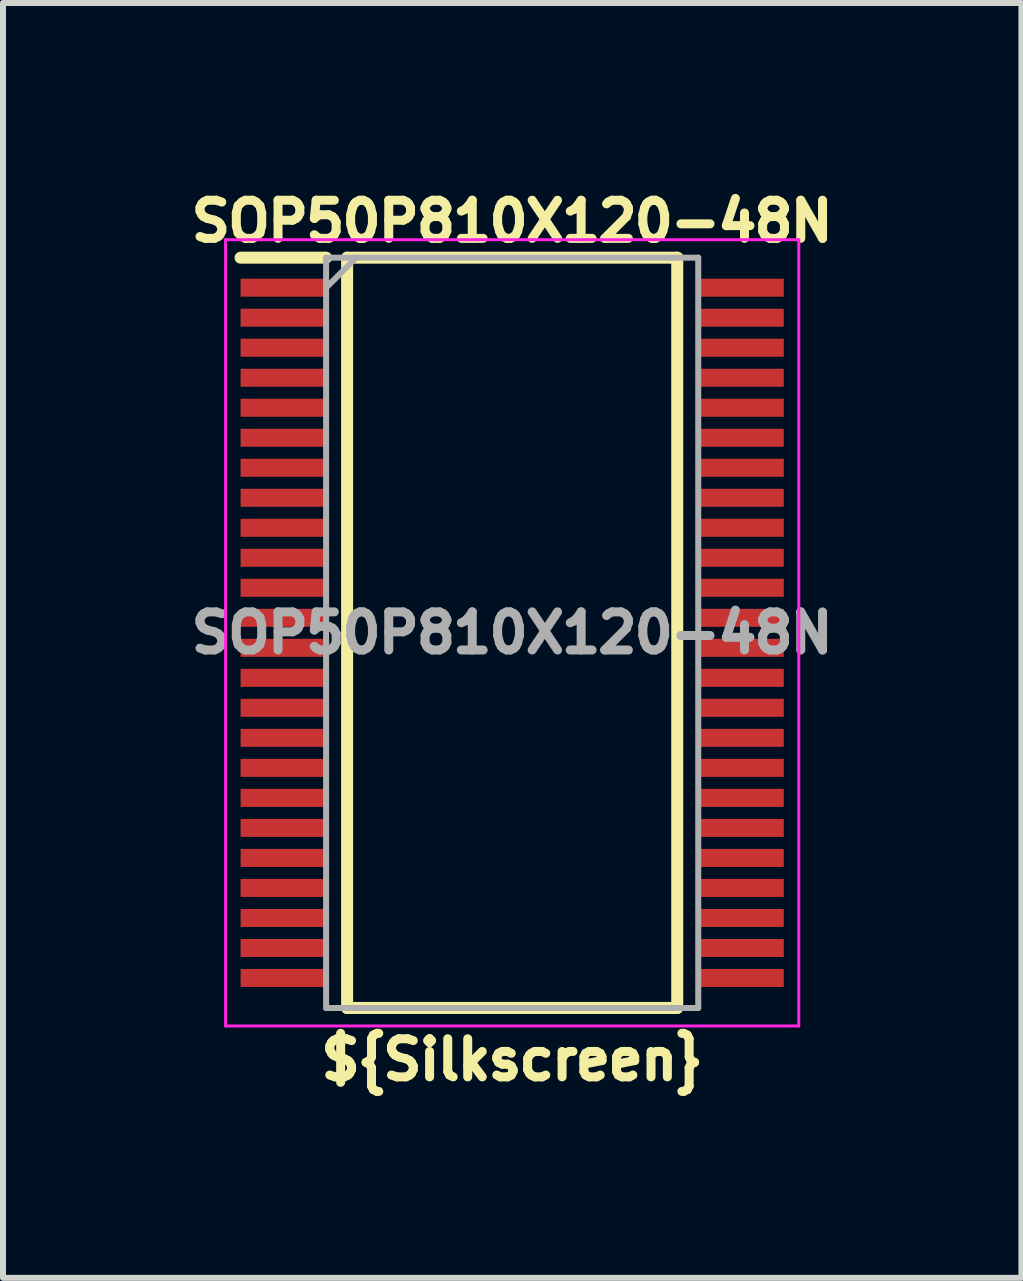
<source format=kicad_pcb>
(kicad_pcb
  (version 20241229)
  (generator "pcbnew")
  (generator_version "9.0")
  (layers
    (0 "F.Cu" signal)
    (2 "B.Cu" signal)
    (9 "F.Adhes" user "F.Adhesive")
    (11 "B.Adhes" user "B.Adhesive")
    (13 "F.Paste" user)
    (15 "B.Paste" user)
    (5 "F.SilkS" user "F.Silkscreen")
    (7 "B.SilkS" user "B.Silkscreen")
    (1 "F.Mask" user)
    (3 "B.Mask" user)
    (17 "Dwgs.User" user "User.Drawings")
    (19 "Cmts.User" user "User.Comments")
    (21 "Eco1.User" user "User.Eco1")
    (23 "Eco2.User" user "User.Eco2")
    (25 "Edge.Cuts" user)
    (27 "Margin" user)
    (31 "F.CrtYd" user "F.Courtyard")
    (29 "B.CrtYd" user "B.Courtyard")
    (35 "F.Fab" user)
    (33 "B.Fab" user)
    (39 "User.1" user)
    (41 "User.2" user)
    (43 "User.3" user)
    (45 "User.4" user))
  (footprint "SOP50P810X120-48N"
    (layer "F.Cu")
    (at 5.483 7.493)
    (property "Reference" "SOP50P810X120-48N" (at 0 -6.858 0) (layer "F.SilkS") (effects (font (size 0.635 0.635) (thickness 0.15))))
    (attr smd)
    (fp_line (start -4.525 -6.25) (end -3.1 -6.25) (stroke (width 0.2) (type solid)) (layer "F.SilkS"))
    (fp_line (start -2.75 -6.25) (end 2.75 -6.25) (stroke (width 0.2) (type solid)) (layer "F.SilkS"))
    (fp_line (start -2.75 6.25) (end -2.75 -6.25) (stroke (width 0.2) (type solid)) (layer "F.SilkS"))
    (fp_line (start 2.75 -6.25) (end 2.75 6.25) (stroke (width 0.2) (type solid)) (layer "F.SilkS"))
    (fp_line (start 2.75 6.25) (end -2.75 6.25) (stroke (width 0.2) (type solid)) (layer "F.SilkS"))
    (fp_line (start -4.775 -6.55) (end 4.775 -6.55) (stroke (width 0.05) (type solid)) (layer "F.CrtYd"))
    (fp_line (start -4.775 6.55) (end -4.775 -6.55) (stroke (width 0.05) (type solid)) (layer "F.CrtYd"))
    (fp_line (start 4.775 -6.55) (end 4.775 6.55) (stroke (width 0.05) (type solid)) (layer "F.CrtYd"))
    (fp_line (start 4.775 6.55) (end -4.775 6.55) (stroke (width 0.05) (type solid)) (layer "F.CrtYd"))
    (fp_line (start -3.1 -6.25) (end 3.1 -6.25) (stroke (width 0.1) (type solid)) (layer "F.Fab"))
    (fp_line (start -3.1 -5.75) (end -2.6 -6.25) (stroke (width 0.1) (type solid)) (layer "F.Fab"))
    (fp_line (start -3.1 6.25) (end -3.1 -6.25) (stroke (width 0.1) (type solid)) (layer "F.Fab"))
    (fp_line (start 3.1 -6.25) (end 3.1 6.25) (stroke (width 0.1) (type solid)) (layer "F.Fab"))
    (fp_line (start 3.1 6.25) (end -3.1 6.25) (stroke (width 0.1) (type solid)) (layer "F.Fab"))
    (fp_text user "${Silkscreen}" (at 0 7.112 0) (layer "F.SilkS") (effects (font (size 0.635 0.635) (thickness 0.15))))
    (fp_text user "${REFERENCE}" (at 0 0 0) (layer "F.Fab") (effects (font (size 0.635 0.635) (thickness 0.15))))
    (pad "1" smd rect (at -3.812 -5.75 90) (size 0.3 1.425) (layers "F.Cu" "F.Mask" "F.Paste"))
    (pad "2" smd rect (at -3.812 -5.25 90) (size 0.3 1.425) (layers "F.Cu" "F.Mask" "F.Paste"))
    (pad "3" smd rect (at -3.812 -4.75 90) (size 0.3 1.425) (layers "F.Cu" "F.Mask" "F.Paste"))
    (pad "4" smd rect (at -3.812 -4.25 90) (size 0.3 1.425) (layers "F.Cu" "F.Mask" "F.Paste"))
    (pad "5" smd rect (at -3.812 -3.75 90) (size 0.3 1.425) (layers "F.Cu" "F.Mask" "F.Paste"))
    (pad "6" smd rect (at -3.812 -3.25 90) (size 0.3 1.425) (layers "F.Cu" "F.Mask" "F.Paste"))
    (pad "7" smd rect (at -3.812 -2.75 90) (size 0.3 1.425) (layers "F.Cu" "F.Mask" "F.Paste"))
    (pad "8" smd rect (at -3.812 -2.25 90) (size 0.3 1.425) (layers "F.Cu" "F.Mask" "F.Paste"))
    (pad "9" smd rect (at -3.812 -1.75 90) (size 0.3 1.425) (layers "F.Cu" "F.Mask" "F.Paste"))
    (pad "10" smd rect (at -3.812 -1.25 90) (size 0.3 1.425) (layers "F.Cu" "F.Mask" "F.Paste"))
    (pad "11" smd rect (at -3.812 -0.75 90) (size 0.3 1.425) (layers "F.Cu" "F.Mask" "F.Paste"))
    (pad "12" smd rect (at -3.812 -0.25 90) (size 0.3 1.425) (layers "F.Cu" "F.Mask" "F.Paste"))
    (pad "13" smd rect (at -3.812 0.25 90) (size 0.3 1.425) (layers "F.Cu" "F.Mask" "F.Paste"))
    (pad "14" smd rect (at -3.812 0.75 90) (size 0.3 1.425) (layers "F.Cu" "F.Mask" "F.Paste"))
    (pad "15" smd rect (at -3.812 1.25 90) (size 0.3 1.425) (layers "F.Cu" "F.Mask" "F.Paste"))
    (pad "16" smd rect (at -3.812 1.75 90) (size 0.3 1.425) (layers "F.Cu" "F.Mask" "F.Paste"))
    (pad "17" smd rect (at -3.812 2.25 90) (size 0.3 1.425) (layers "F.Cu" "F.Mask" "F.Paste"))
    (pad "18" smd rect (at -3.812 2.75 90) (size 0.3 1.425) (layers "F.Cu" "F.Mask" "F.Paste"))
    (pad "19" smd rect (at -3.812 3.25 90) (size 0.3 1.425) (layers "F.Cu" "F.Mask" "F.Paste"))
    (pad "20" smd rect (at -3.812 3.75 90) (size 0.3 1.425) (layers "F.Cu" "F.Mask" "F.Paste"))
    (pad "21" smd rect (at -3.812 4.25 90) (size 0.3 1.425) (layers "F.Cu" "F.Mask" "F.Paste"))
    (pad "22" smd rect (at -3.812 4.75 90) (size 0.3 1.425) (layers "F.Cu" "F.Mask" "F.Paste"))
    (pad "23" smd rect (at -3.812 5.25 90) (size 0.3 1.425) (layers "F.Cu" "F.Mask" "F.Paste"))
    (pad "24" smd rect (at -3.812 5.75 90) (size 0.3 1.425) (layers "F.Cu" "F.Mask" "F.Paste"))
    (pad "25" smd rect (at 3.812 5.75 90) (size 0.3 1.425) (layers "F.Cu" "F.Mask" "F.Paste"))
    (pad "26" smd rect (at 3.812 5.25 90) (size 0.3 1.425) (layers "F.Cu" "F.Mask" "F.Paste"))
    (pad "27" smd rect (at 3.812 4.75 90) (size 0.3 1.425) (layers "F.Cu" "F.Mask" "F.Paste"))
    (pad "28" smd rect (at 3.812 4.25 90) (size 0.3 1.425) (layers "F.Cu" "F.Mask" "F.Paste"))
    (pad "29" smd rect (at 3.812 3.75 90) (size 0.3 1.425) (layers "F.Cu" "F.Mask" "F.Paste"))
    (pad "30" smd rect (at 3.812 3.25 90) (size 0.3 1.425) (layers "F.Cu" "F.Mask" "F.Paste"))
    (pad "31" smd rect (at 3.812 2.75 90) (size 0.3 1.425) (layers "F.Cu" "F.Mask" "F.Paste"))
    (pad "32" smd rect (at 3.812 2.25 90) (size 0.3 1.425) (layers "F.Cu" "F.Mask" "F.Paste"))
    (pad "33" smd rect (at 3.812 1.75 90) (size 0.3 1.425) (layers "F.Cu" "F.Mask" "F.Paste"))
    (pad "34" smd rect (at 3.812 1.25 90) (size 0.3 1.425) (layers "F.Cu" "F.Mask" "F.Paste"))
    (pad "35" smd rect (at 3.812 0.75 90) (size 0.3 1.425) (layers "F.Cu" "F.Mask" "F.Paste"))
    (pad "36" smd rect (at 3.812 0.25 90) (size 0.3 1.425) (layers "F.Cu" "F.Mask" "F.Paste"))
    (pad "37" smd rect (at 3.812 -0.25 90) (size 0.3 1.425) (layers "F.Cu" "F.Mask" "F.Paste"))
    (pad "38" smd rect (at 3.812 -0.75 90) (size 0.3 1.425) (layers "F.Cu" "F.Mask" "F.Paste"))
    (pad "39" smd rect (at 3.812 -1.25 90) (size 0.3 1.425) (layers "F.Cu" "F.Mask" "F.Paste"))
    (pad "40" smd rect (at 3.812 -1.75 90) (size 0.3 1.425) (layers "F.Cu" "F.Mask" "F.Paste"))
    (pad "41" smd rect (at 3.812 -2.25 90) (size 0.3 1.425) (layers "F.Cu" "F.Mask" "F.Paste"))
    (pad "42" smd rect (at 3.812 -2.75 90) (size 0.3 1.425) (layers "F.Cu" "F.Mask" "F.Paste"))
    (pad "43" smd rect (at 3.812 -3.25 90) (size 0.3 1.425) (layers "F.Cu" "F.Mask" "F.Paste"))
    (pad "44" smd rect (at 3.812 -3.75 90) (size 0.3 1.425) (layers "F.Cu" "F.Mask" "F.Paste"))
    (pad "45" smd rect (at 3.812 -4.25 90) (size 0.3 1.425) (layers "F.Cu" "F.Mask" "F.Paste"))
    (pad "46" smd rect (at 3.812 -4.75 90) (size 0.3 1.425) (layers "F.Cu" "F.Mask" "F.Paste"))
    (pad "47" smd rect (at 3.812 -5.25 90) (size 0.3 1.425) (layers "F.Cu" "F.Mask" "F.Paste"))
    (pad "48" smd rect (at 3.812 -5.75 90) (size 0.3 1.425) (layers "F.Cu" "F.Mask" "F.Paste")))
  (gr_rect
    (start -3 -3)
    (end 13.967 18.239)
    (stroke (width 0.1) (type default))
    (fill no)
    (layer "Edge.Cuts")))
</source>
